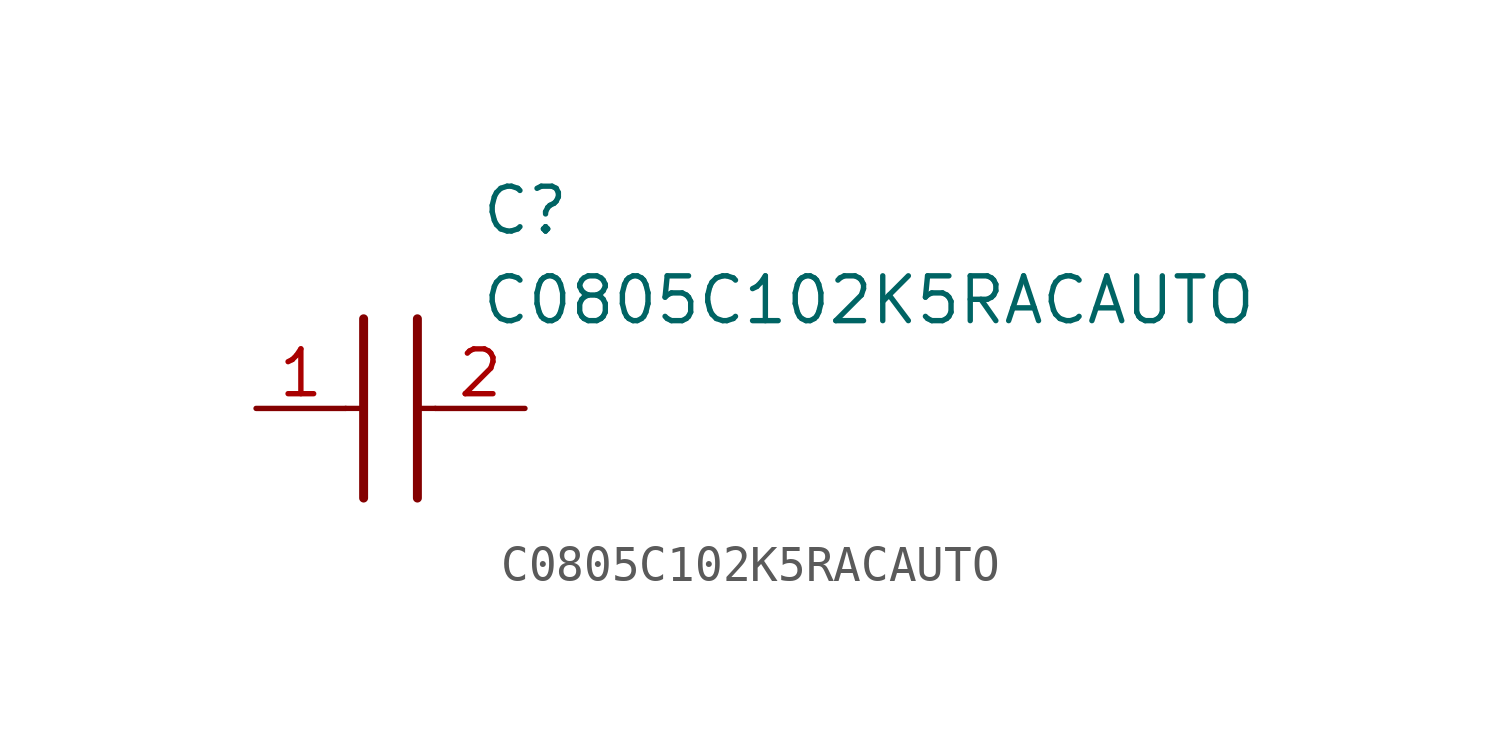
<source format=kicad_sym>
(kicad_symbol_lib
  (version 20231120)
  (generator "kicad_symbol_editor")
  (generator_version "8.0")
  (symbol "C0805C102K5RACAUTO"
    (pin_names hide)
    (property "Reference" "C"
      (at 8.89 6.35 0)
      (effects (font (size 1.27 1.27)) (justify left top)))
    (property "Value" "C0805C102K5RACAUTO"
      (at 8.89 3.81 0)
      (effects (font (size 1.27 1.27)) (justify left top)))
    (symbol "C0805C102K5RACAUTO_1_1"
      (polyline (pts (xy 5.08 0) (xy 5.588 0)) (stroke (width 0.152) (type default)) (fill (type none)))
      (polyline (pts (xy 5.588 2.54) (xy 5.588 -2.54)) (stroke (width 0.254) (type default)) (fill (type none)))
      (polyline (pts (xy 7.112 0) (xy 7.62 0)) (stroke (width 0.152) (type default)) (fill (type none)))
      (polyline (pts (xy 7.112 2.54) (xy 7.112 -2.54)) (stroke (width 0.254) (type default)) (fill (type none)))
      (pin passive line (at 2.54 0 0) (length 2.54) (name "1" (effects (font (size 1.27 1.27)))) (number "1" (effects (font (size 1.27 1.27)))))
      (pin passive line (at 10.16 0 180) (length 2.54) (name "2" (effects (font (size 1.27 1.27)))) (number "2" (effects (font (size 1.27 1.27))))))))
</source>
